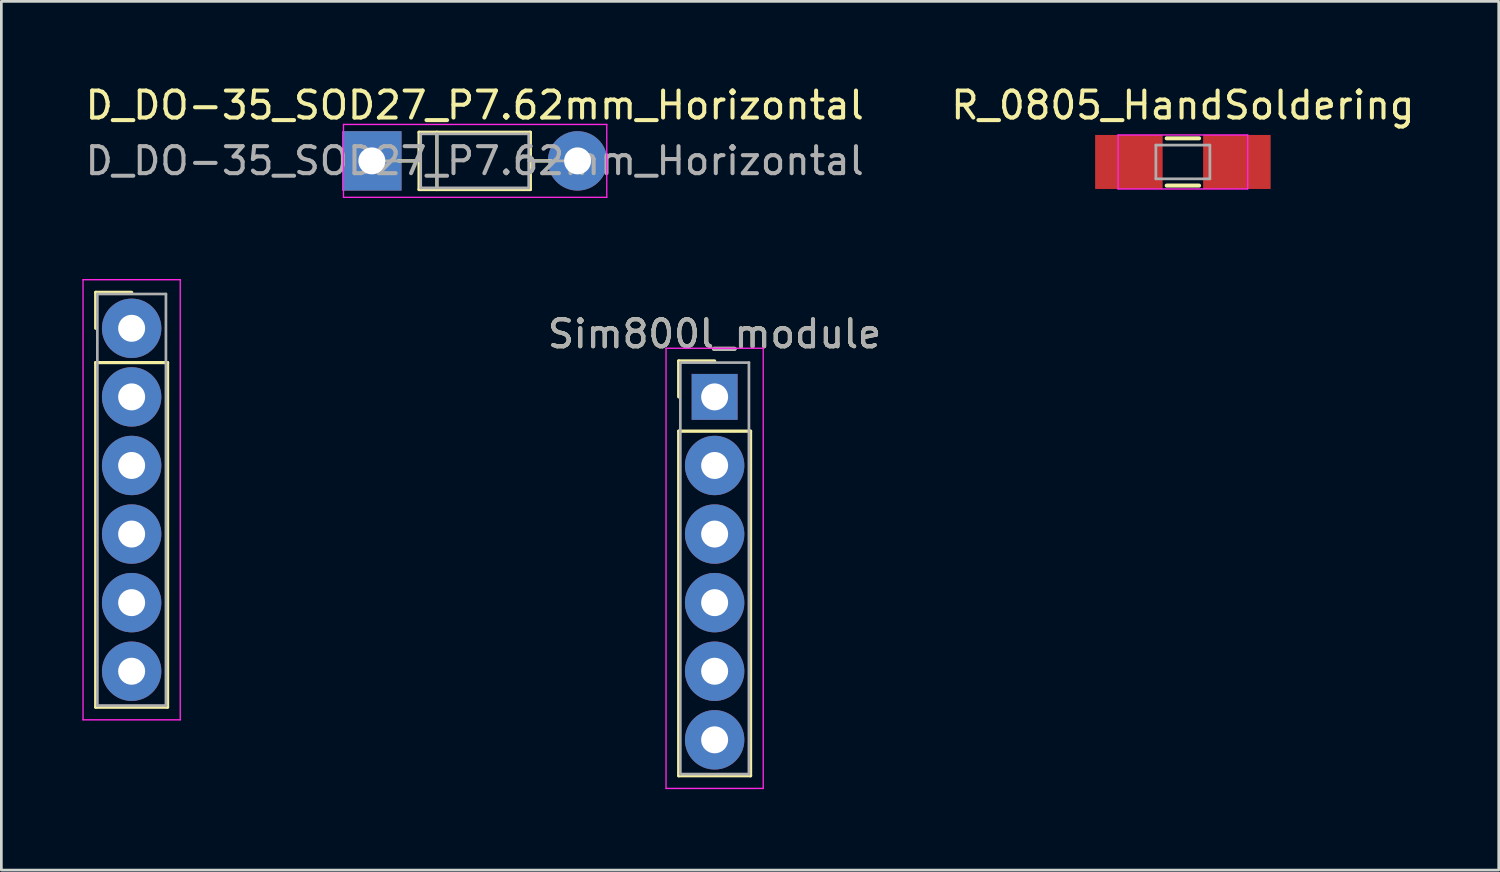
<source format=kicad_pcb>
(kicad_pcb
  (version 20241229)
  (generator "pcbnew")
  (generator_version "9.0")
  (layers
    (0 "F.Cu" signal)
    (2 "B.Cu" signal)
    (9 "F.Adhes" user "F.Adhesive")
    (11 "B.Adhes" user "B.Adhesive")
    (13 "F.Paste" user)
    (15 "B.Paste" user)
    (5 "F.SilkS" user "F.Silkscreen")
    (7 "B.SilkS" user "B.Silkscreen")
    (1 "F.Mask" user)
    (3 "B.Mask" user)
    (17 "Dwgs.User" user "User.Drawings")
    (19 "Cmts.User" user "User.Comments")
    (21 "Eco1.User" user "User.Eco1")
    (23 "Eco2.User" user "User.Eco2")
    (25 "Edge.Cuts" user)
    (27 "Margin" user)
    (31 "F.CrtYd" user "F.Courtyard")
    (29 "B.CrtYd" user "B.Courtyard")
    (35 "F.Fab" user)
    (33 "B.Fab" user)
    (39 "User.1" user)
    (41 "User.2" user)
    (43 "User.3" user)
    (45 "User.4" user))
  (footprint "R_0805_HandSoldering"
    (layer "F.Cu")
    (at 40.756 2.948)
    (property "Reference" "R_0805_HandSoldering" (at 0 -2.1 0) (layer "F.SilkS") (effects (font (size 1 1) (thickness 0.15))))
    (attr smd)
    (fp_line (start -0.6 -0.875) (end 0.6 -0.875) (stroke (width 0.15) (type solid)) (layer "F.SilkS"))
    (fp_line (start 0.6 0.875) (end -0.6 0.875) (stroke (width 0.15) (type solid)) (layer "F.SilkS"))
    (fp_line (start -2.4 -1) (end -2.4 1) (stroke (width 0.05) (type solid)) (layer "F.CrtYd"))
    (fp_line (start -2.4 -1) (end 2.4 -1) (stroke (width 0.05) (type solid)) (layer "F.CrtYd"))
    (fp_line (start -2.4 1) (end 2.4 1) (stroke (width 0.05) (type solid)) (layer "F.CrtYd"))
    (fp_line (start 2.4 -1) (end 2.4 1) (stroke (width 0.05) (type solid)) (layer "F.CrtYd"))
    (fp_line (start -1 -0.625) (end 1 -0.625) (stroke (width 0.1) (type solid)) (layer "F.Fab"))
    (fp_line (start -1 0.625) (end -1 -0.625) (stroke (width 0.1) (type solid)) (layer "F.Fab"))
    (fp_line (start 1 -0.625) (end 1 0.625) (stroke (width 0.1) (type solid)) (layer "F.Fab"))
    (fp_line (start 1 0.625) (end -1 0.625) (stroke (width 0.1) (type solid)) (layer "F.Fab"))
    (pad "1" smd rect (at -2 0) (size 2.5 2) (layers "F.Cu" "F.Mask" "F.Paste"))
    (pad "2" smd rect (at 2 0) (size 2.5 2) (layers "F.Cu" "F.Mask" "F.Paste")))
  (footprint "D_DO-35_SOD27_P7.62mm_Horizontal"
    (layer "F.Cu")
    (at 10.72 2.908)
    (property "Reference" "D_DO-35_SOD27_P7.62mm_Horizontal" (at 3.81 -2.06 0) (layer "F.SilkS") (effects (font (size 1 1) (thickness 0.15))))
    (attr through_hole)
    (fp_line (start 0.98 0) (end 1.75 0) (stroke (width 0.12) (type solid)) (layer "F.SilkS"))
    (fp_line (start 1.75 -1.06) (end 1.75 1.06) (stroke (width 0.12) (type solid)) (layer "F.SilkS"))
    (fp_line (start 1.75 1.06) (end 5.87 1.06) (stroke (width 0.12) (type solid)) (layer "F.SilkS"))
    (fp_line (start 2.41 -1.06) (end 2.41 1.06) (stroke (width 0.12) (type solid)) (layer "F.SilkS"))
    (fp_line (start 5.87 -1.06) (end 1.75 -1.06) (stroke (width 0.12) (type solid)) (layer "F.SilkS"))
    (fp_line (start 5.87 1.06) (end 5.87 -1.06) (stroke (width 0.12) (type solid)) (layer "F.SilkS"))
    (fp_line (start 6.64 0) (end 5.87 0) (stroke (width 0.12) (type solid)) (layer "F.SilkS"))
    (fp_line (start -1.05 -1.35) (end -1.05 1.35) (stroke (width 0.05) (type solid)) (layer "F.CrtYd"))
    (fp_line (start -1.05 1.35) (end 8.7 1.35) (stroke (width 0.05) (type solid)) (layer "F.CrtYd"))
    (fp_line (start 8.7 -1.35) (end -1.05 -1.35) (stroke (width 0.05) (type solid)) (layer "F.CrtYd"))
    (fp_line (start 8.7 1.35) (end 8.7 -1.35) (stroke (width 0.05) (type solid)) (layer "F.CrtYd"))
    (fp_line (start 0 0) (end 1.81 0) (stroke (width 0.1) (type solid)) (layer "F.Fab"))
    (fp_line (start 1.81 -1) (end 1.81 1) (stroke (width 0.1) (type solid)) (layer "F.Fab"))
    (fp_line (start 1.81 1) (end 5.81 1) (stroke (width 0.1) (type solid)) (layer "F.Fab"))
    (fp_line (start 2.41 -1) (end 2.41 1) (stroke (width 0.1) (type solid)) (layer "F.Fab"))
    (fp_line (start 5.81 -1) (end 1.81 -1) (stroke (width 0.1) (type solid)) (layer "F.Fab"))
    (fp_line (start 5.81 1) (end 5.81 -1) (stroke (width 0.1) (type solid)) (layer "F.Fab"))
    (fp_line (start 7.62 0) (end 5.81 0) (stroke (width 0.1) (type solid)) (layer "F.Fab"))
    (fp_text user "${REFERENCE}" (at 3.81 0 0) (layer "F.Fab") (effects (font (size 1 1) (thickness 0.15))))
    (pad "1" thru_hole rect (at 0 0) (size 2.2 2.2) (drill 1) (layers "*.Cu" "*.Mask"))
    (pad "2" thru_hole oval (at 7.62 0) (size 2.2 2.2) (drill 1) (layers "*.Cu" "*.Mask")))
  (footprint "Sim800l_module"
    (layer "F.Cu")
    (at 23.415 11.648)
    (property "Reference" "Sim800l_module" (at 0 -2.33 0) (layer "F.SilkS") (effects (font (size 1 1) (thickness 0.15))))
    (attr through_hole)
    (fp_line (start -22.92 -3.87) (end -21.59 -3.87) (stroke (width 0.12) (type solid)) (layer "F.SilkS"))
    (fp_line (start -22.92 -2.54) (end -22.92 -3.87) (stroke (width 0.12) (type solid)) (layer "F.SilkS"))
    (fp_line (start -22.92 -1.27) (end -22.92 11.49) (stroke (width 0.12) (type solid)) (layer "F.SilkS"))
    (fp_line (start -22.92 11.49) (end -20.26 11.49) (stroke (width 0.12) (type solid)) (layer "F.SilkS"))
    (fp_line (start -20.26 -1.27) (end -22.92 -1.27) (stroke (width 0.12) (type solid)) (layer "F.SilkS"))
    (fp_line (start -20.26 11.49) (end -20.26 -1.27) (stroke (width 0.12) (type solid)) (layer "F.SilkS"))
    (fp_line (start -1.33 -1.33) (end 0 -1.33) (stroke (width 0.12) (type solid)) (layer "F.SilkS"))
    (fp_line (start -1.33 0) (end -1.33 -1.33) (stroke (width 0.12) (type solid)) (layer "F.SilkS"))
    (fp_line (start -1.33 1.27) (end -1.33 14.03) (stroke (width 0.12) (type solid)) (layer "F.SilkS"))
    (fp_line (start -1.33 14.03) (end 1.33 14.03) (stroke (width 0.12) (type solid)) (layer "F.SilkS"))
    (fp_line (start 1.33 1.27) (end -1.33 1.27) (stroke (width 0.12) (type solid)) (layer "F.SilkS"))
    (fp_line (start 1.33 14.03) (end 1.33 1.27) (stroke (width 0.12) (type solid)) (layer "F.SilkS"))
    (fp_line (start -23.39 -4.34) (end -23.39 11.96) (stroke (width 0.05) (type solid)) (layer "F.CrtYd"))
    (fp_line (start -23.39 11.96) (end -19.79 11.96) (stroke (width 0.05) (type solid)) (layer "F.CrtYd"))
    (fp_line (start -19.79 -4.34) (end -23.39 -4.34) (stroke (width 0.05) (type solid)) (layer "F.CrtYd"))
    (fp_line (start -19.79 11.96) (end -19.79 -4.34) (stroke (width 0.05) (type solid)) (layer "F.CrtYd"))
    (fp_line (start -1.8 -1.8) (end -1.8 14.5) (stroke (width 0.05) (type solid)) (layer "F.CrtYd"))
    (fp_line (start -1.8 14.5) (end 1.8 14.5) (stroke (width 0.05) (type solid)) (layer "F.CrtYd"))
    (fp_line (start 1.8 -1.8) (end -1.8 -1.8) (stroke (width 0.05) (type solid)) (layer "F.CrtYd"))
    (fp_line (start 1.8 14.5) (end 1.8 -1.8) (stroke (width 0.05) (type solid)) (layer "F.CrtYd"))
    (fp_line (start -22.86 -3.81) (end -22.86 11.43) (stroke (width 0.1) (type solid)) (layer "F.Fab"))
    (fp_line (start -22.86 11.43) (end -20.32 11.43) (stroke (width 0.1) (type solid)) (layer "F.Fab"))
    (fp_line (start -20.32 -3.81) (end -22.86 -3.81) (stroke (width 0.1) (type solid)) (layer "F.Fab"))
    (fp_line (start -20.32 11.43) (end -20.32 -3.81) (stroke (width 0.1) (type solid)) (layer "F.Fab"))
    (fp_line (start -1.27 -1.27) (end -1.27 13.97) (stroke (width 0.1) (type solid)) (layer "F.Fab"))
    (fp_line (start -1.27 13.97) (end 1.27 13.97) (stroke (width 0.1) (type solid)) (layer "F.Fab"))
    (fp_line (start 1.27 -1.27) (end -1.27 -1.27) (stroke (width 0.1) (type solid)) (layer "F.Fab"))
    (fp_line (start 1.27 13.97) (end 1.27 -1.27) (stroke (width 0.1) (type solid)) (layer "F.Fab"))
    (fp_text user "${REFERENCE}" (at 0 -2.33 0) (layer "F.Fab") (effects (font (size 1 1) (thickness 0.15))))
    (pad "1" thru_hole rect (at 0 0) (size 1.7 1.7) (drill 1) (layers "*.Cu" "*.Mask"))
    (pad "2" thru_hole oval (at 0 2.54) (size 2.2 2.2) (drill 1) (layers "*.Cu" "*.Mask"))
    (pad "3" thru_hole oval (at 0 5.08) (size 2.2 2.2) (drill 1) (layers "*.Cu" "*.Mask"))
    (pad "4" thru_hole oval (at 0 7.62) (size 2.2 2.2) (drill 1) (layers "*.Cu" "*.Mask"))
    (pad "5" thru_hole oval (at 0 10.16) (size 2.2 2.2) (drill 1) (layers "*.Cu" "*.Mask"))
    (pad "6" thru_hole oval (at 0 12.7) (size 2.2 2.2) (drill 1) (layers "*.Cu" "*.Mask"))
    (pad "7" thru_hole oval (at -21.59 10.16) (size 2.2 2.2) (drill 1) (layers "*.Cu" "*.Mask"))
    (pad "8" thru_hole oval (at -21.59 7.62) (size 2.2 2.2) (drill 1) (layers "*.Cu" "*.Mask"))
    (pad "9" thru_hole oval (at -21.59 5.08) (size 2.2 2.2) (drill 1) (layers "*.Cu" "*.Mask"))
    (pad "10" thru_hole oval (at -21.59 2.54) (size 2.2 2.2) (drill 1) (layers "*.Cu" "*.Mask"))
    (pad "11" thru_hole oval (at -21.59 0) (size 2.2 2.2) (drill 1) (layers "*.Cu" "*.Mask"))
    (pad "12" thru_hole oval (at -21.59 -2.54) (size 2.2 2.2) (drill 1) (layers "*.Cu" "*.Mask")))
  (gr_rect
    (start -3 -3)
    (end 52.452 29.173)
    (stroke (width 0.1) (type default))
    (fill no)
    (layer "Edge.Cuts")))
</source>
